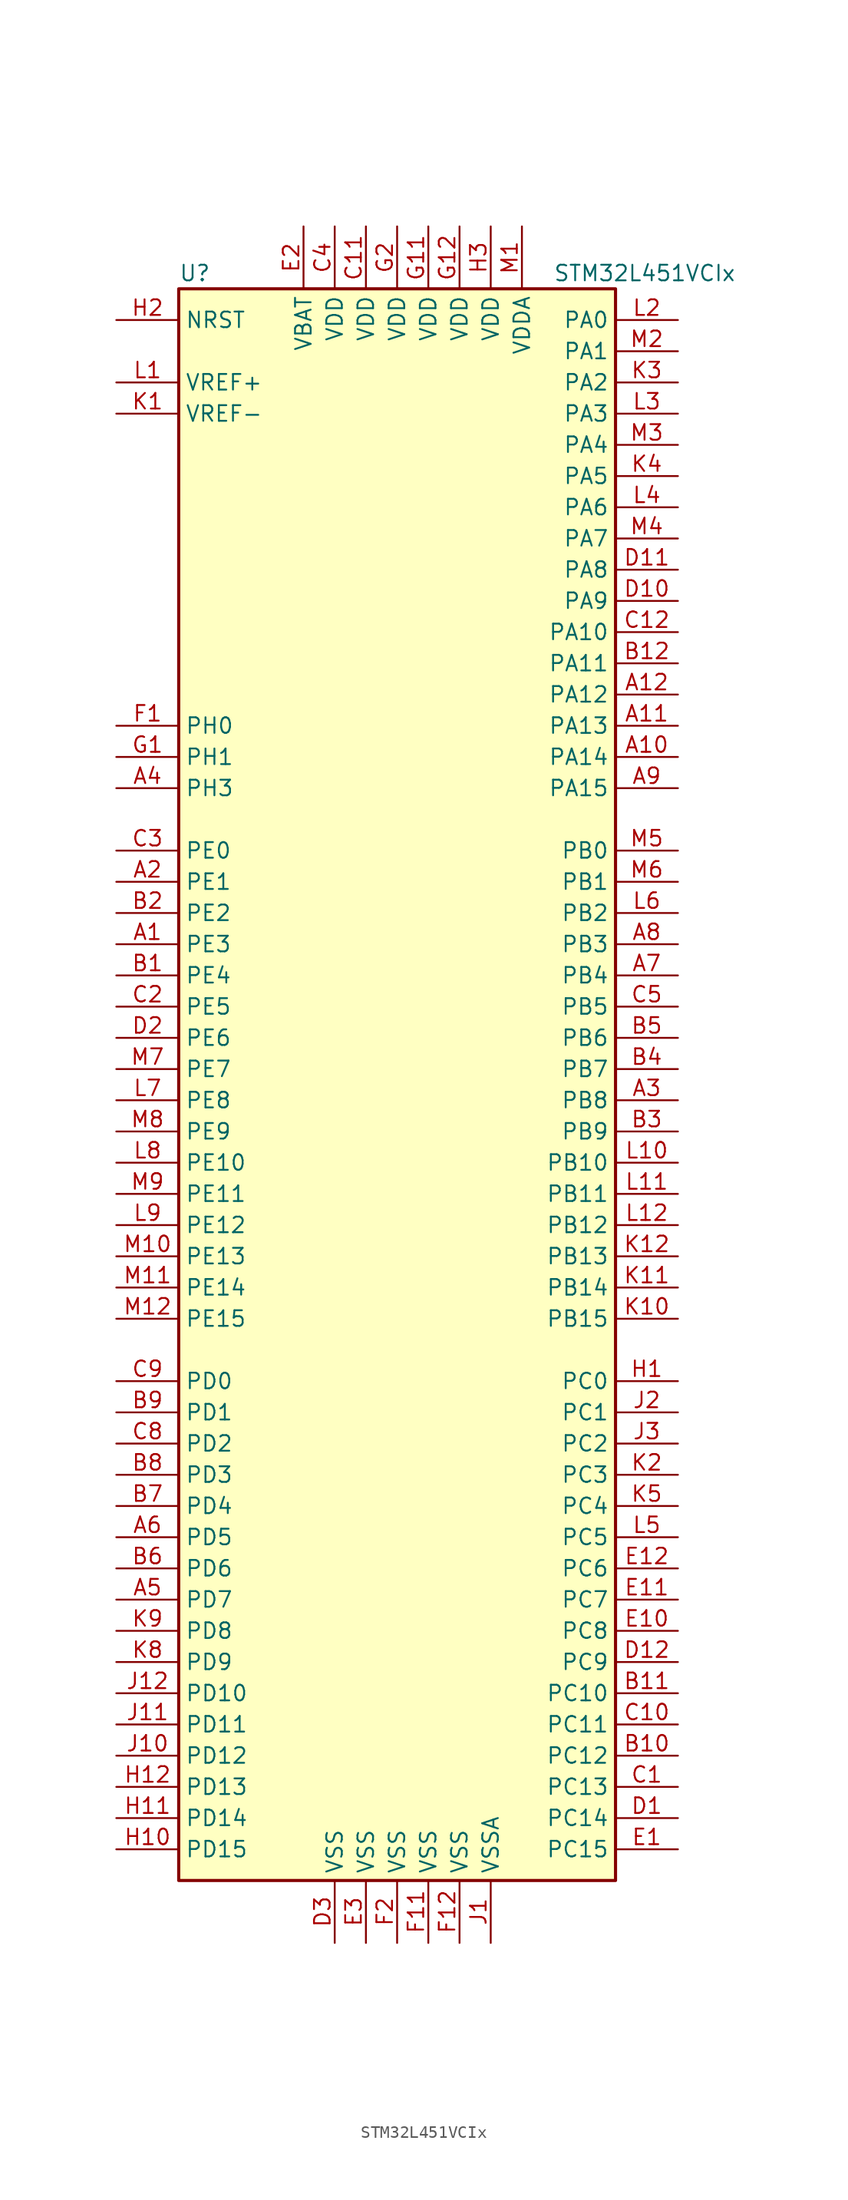
<source format=kicad_sym>
(kicad_symbol_lib
  (version 20211014)
  (generator kicad_symbol_editor)
  (symbol "STM32L451VCIx"
    (property "Reference" "U"
      (at -17.78 64.77 0)
      (effects (font (size 1.27 1.27)) (justify left)))
    (property "Value" "STM32L451VCIx"
      (at 12.7 64.77 0)
      (effects (font (size 1.27 1.27)) (justify left)))
    (symbol "STM32L451VCIx_0_1"
      (rectangle (start -17.78 -66.04) (end 17.78 63.5) (stroke (width 0.254) (type default) (color 0 0 0 0)) (fill (type background))))
    (symbol "STM32L451VCIx_1_1"
      (pin bidirectional line (at -22.86 10.16 0) (length 5.08) (name "PE3" (effects (font (size 1.27 1.27)))) (number "A1" (effects (font (size 1.27 1.27)))))
      (pin bidirectional line (at 22.86 25.4 180) (length 5.08) (name "PA14" (effects (font (size 1.27 1.27)))) (number "A10" (effects (font (size 1.27 1.27)))))
      (pin bidirectional line (at 22.86 27.94 180) (length 5.08) (name "PA13" (effects (font (size 1.27 1.27)))) (number "A11" (effects (font (size 1.27 1.27)))))
      (pin bidirectional line (at 22.86 30.48 180) (length 5.08) (name "PA12" (effects (font (size 1.27 1.27)))) (number "A12" (effects (font (size 1.27 1.27)))))
      (pin bidirectional line (at -22.86 15.24 0) (length 5.08) (name "PE1" (effects (font (size 1.27 1.27)))) (number "A2" (effects (font (size 1.27 1.27)))))
      (pin bidirectional line (at 22.86 -2.54 180) (length 5.08) (name "PB8" (effects (font (size 1.27 1.27)))) (number "A3" (effects (font (size 1.27 1.27)))))
      (pin bidirectional line (at -22.86 22.86 0) (length 5.08) (name "PH3" (effects (font (size 1.27 1.27)))) (number "A4" (effects (font (size 1.27 1.27)))))
      (pin bidirectional line (at -22.86 -43.18 0) (length 5.08) (name "PD7" (effects (font (size 1.27 1.27)))) (number "A5" (effects (font (size 1.27 1.27)))))
      (pin bidirectional line (at -22.86 -38.1 0) (length 5.08) (name "PD5" (effects (font (size 1.27 1.27)))) (number "A6" (effects (font (size 1.27 1.27)))))
      (pin bidirectional line (at 22.86 7.62 180) (length 5.08) (name "PB4" (effects (font (size 1.27 1.27)))) (number "A7" (effects (font (size 1.27 1.27)))))
      (pin bidirectional line (at 22.86 10.16 180) (length 5.08) (name "PB3" (effects (font (size 1.27 1.27)))) (number "A8" (effects (font (size 1.27 1.27)))))
      (pin bidirectional line (at 22.86 22.86 180) (length 5.08) (name "PA15" (effects (font (size 1.27 1.27)))) (number "A9" (effects (font (size 1.27 1.27)))))
      (pin bidirectional line (at -22.86 7.62 0) (length 5.08) (name "PE4" (effects (font (size 1.27 1.27)))) (number "B1" (effects (font (size 1.27 1.27)))))
      (pin bidirectional line (at 22.86 -55.88 180) (length 5.08) (name "PC12" (effects (font (size 1.27 1.27)))) (number "B10" (effects (font (size 1.27 1.27)))))
      (pin bidirectional line (at 22.86 -50.8 180) (length 5.08) (name "PC10" (effects (font (size 1.27 1.27)))) (number "B11" (effects (font (size 1.27 1.27)))))
      (pin bidirectional line (at 22.86 33.02 180) (length 5.08) (name "PA11" (effects (font (size 1.27 1.27)))) (number "B12" (effects (font (size 1.27 1.27)))))
      (pin bidirectional line (at -22.86 12.7 0) (length 5.08) (name "PE2" (effects (font (size 1.27 1.27)))) (number "B2" (effects (font (size 1.27 1.27)))))
      (pin bidirectional line (at 22.86 -5.08 180) (length 5.08) (name "PB9" (effects (font (size 1.27 1.27)))) (number "B3" (effects (font (size 1.27 1.27)))))
      (pin bidirectional line (at 22.86 0 180) (length 5.08) (name "PB7" (effects (font (size 1.27 1.27)))) (number "B4" (effects (font (size 1.27 1.27)))))
      (pin bidirectional line (at 22.86 2.54 180) (length 5.08) (name "PB6" (effects (font (size 1.27 1.27)))) (number "B5" (effects (font (size 1.27 1.27)))))
      (pin bidirectional line (at -22.86 -40.64 0) (length 5.08) (name "PD6" (effects (font (size 1.27 1.27)))) (number "B6" (effects (font (size 1.27 1.27)))))
      (pin bidirectional line (at -22.86 -35.56 0) (length 5.08) (name "PD4" (effects (font (size 1.27 1.27)))) (number "B7" (effects (font (size 1.27 1.27)))))
      (pin bidirectional line (at -22.86 -33.02 0) (length 5.08) (name "PD3" (effects (font (size 1.27 1.27)))) (number "B8" (effects (font (size 1.27 1.27)))))
      (pin bidirectional line (at -22.86 -27.94 0) (length 5.08) (name "PD1" (effects (font (size 1.27 1.27)))) (number "B9" (effects (font (size 1.27 1.27)))))
      (pin bidirectional line (at 22.86 -58.42 180) (length 5.08) (name "PC13" (effects (font (size 1.27 1.27)))) (number "C1" (effects (font (size 1.27 1.27)))))
      (pin bidirectional line (at 22.86 -53.34 180) (length 5.08) (name "PC11" (effects (font (size 1.27 1.27)))) (number "C10" (effects (font (size 1.27 1.27)))))
      (pin power_in line (at -2.54 68.58 270) (length 5.08) (name "VDD" (effects (font (size 1.27 1.27)))) (number "C11" (effects (font (size 1.27 1.27)))))
      (pin bidirectional line (at 22.86 35.56 180) (length 5.08) (name "PA10" (effects (font (size 1.27 1.27)))) (number "C12" (effects (font (size 1.27 1.27)))))
      (pin bidirectional line (at -22.86 5.08 0) (length 5.08) (name "PE5" (effects (font (size 1.27 1.27)))) (number "C2" (effects (font (size 1.27 1.27)))))
      (pin bidirectional line (at -22.86 17.78 0) (length 5.08) (name "PE0" (effects (font (size 1.27 1.27)))) (number "C3" (effects (font (size 1.27 1.27)))))
      (pin power_in line (at -5.08 68.58 270) (length 5.08) (name "VDD" (effects (font (size 1.27 1.27)))) (number "C4" (effects (font (size 1.27 1.27)))))
      (pin bidirectional line (at 22.86 5.08 180) (length 5.08) (name "PB5" (effects (font (size 1.27 1.27)))) (number "C5" (effects (font (size 1.27 1.27)))))
      (pin bidirectional line (at -22.86 -30.48 0) (length 5.08) (name "PD2" (effects (font (size 1.27 1.27)))) (number "C8" (effects (font (size 1.27 1.27)))))
      (pin bidirectional line (at -22.86 -25.4 0) (length 5.08) (name "PD0" (effects (font (size 1.27 1.27)))) (number "C9" (effects (font (size 1.27 1.27)))))
      (pin bidirectional line (at 22.86 -60.96 180) (length 5.08) (name "PC14" (effects (font (size 1.27 1.27)))) (number "D1" (effects (font (size 1.27 1.27)))))
      (pin bidirectional line (at 22.86 38.1 180) (length 5.08) (name "PA9" (effects (font (size 1.27 1.27)))) (number "D10" (effects (font (size 1.27 1.27)))))
      (pin bidirectional line (at 22.86 40.64 180) (length 5.08) (name "PA8" (effects (font (size 1.27 1.27)))) (number "D11" (effects (font (size 1.27 1.27)))))
      (pin bidirectional line (at 22.86 -48.26 180) (length 5.08) (name "PC9" (effects (font (size 1.27 1.27)))) (number "D12" (effects (font (size 1.27 1.27)))))
      (pin bidirectional line (at -22.86 2.54 0) (length 5.08) (name "PE6" (effects (font (size 1.27 1.27)))) (number "D2" (effects (font (size 1.27 1.27)))))
      (pin power_in line (at -5.08 -71.12 90) (length 5.08) (name "VSS" (effects (font (size 1.27 1.27)))) (number "D3" (effects (font (size 1.27 1.27)))))
      (pin bidirectional line (at 22.86 -63.5 180) (length 5.08) (name "PC15" (effects (font (size 1.27 1.27)))) (number "E1" (effects (font (size 1.27 1.27)))))
      (pin bidirectional line (at 22.86 -45.72 180) (length 5.08) (name "PC8" (effects (font (size 1.27 1.27)))) (number "E10" (effects (font (size 1.27 1.27)))))
      (pin bidirectional line (at 22.86 -43.18 180) (length 5.08) (name "PC7" (effects (font (size 1.27 1.27)))) (number "E11" (effects (font (size 1.27 1.27)))))
      (pin bidirectional line (at 22.86 -40.64 180) (length 5.08) (name "PC6" (effects (font (size 1.27 1.27)))) (number "E12" (effects (font (size 1.27 1.27)))))
      (pin power_in line (at -7.62 68.58 270) (length 5.08) (name "VBAT" (effects (font (size 1.27 1.27)))) (number "E2" (effects (font (size 1.27 1.27)))))
      (pin power_in line (at -2.54 -71.12 90) (length 5.08) (name "VSS" (effects (font (size 1.27 1.27)))) (number "E3" (effects (font (size 1.27 1.27)))))
      (pin input line (at -22.86 27.94 0) (length 5.08) (name "PH0" (effects (font (size 1.27 1.27)))) (number "F1" (effects (font (size 1.27 1.27)))))
      (pin power_in line (at 2.54 -71.12 90) (length 5.08) (name "VSS" (effects (font (size 1.27 1.27)))) (number "F11" (effects (font (size 1.27 1.27)))))
      (pin power_in line (at 5.08 -71.12 90) (length 5.08) (name "VSS" (effects (font (size 1.27 1.27)))) (number "F12" (effects (font (size 1.27 1.27)))))
      (pin power_in line (at 0 -71.12 90) (length 5.08) (name "VSS" (effects (font (size 1.27 1.27)))) (number "F2" (effects (font (size 1.27 1.27)))))
      (pin input line (at -22.86 25.4 0) (length 5.08) (name "PH1" (effects (font (size 1.27 1.27)))) (number "G1" (effects (font (size 1.27 1.27)))))
      (pin power_in line (at 2.54 68.58 270) (length 5.08) (name "VDD" (effects (font (size 1.27 1.27)))) (number "G11" (effects (font (size 1.27 1.27)))))
      (pin power_in line (at 5.08 68.58 270) (length 5.08) (name "VDD" (effects (font (size 1.27 1.27)))) (number "G12" (effects (font (size 1.27 1.27)))))
      (pin power_in line (at 0 68.58 270) (length 5.08) (name "VDD" (effects (font (size 1.27 1.27)))) (number "G2" (effects (font (size 1.27 1.27)))))
      (pin bidirectional line (at 22.86 -25.4 180) (length 5.08) (name "PC0" (effects (font (size 1.27 1.27)))) (number "H1" (effects (font (size 1.27 1.27)))))
      (pin bidirectional line (at -22.86 -63.5 0) (length 5.08) (name "PD15" (effects (font (size 1.27 1.27)))) (number "H10" (effects (font (size 1.27 1.27)))))
      (pin bidirectional line (at -22.86 -60.96 0) (length 5.08) (name "PD14" (effects (font (size 1.27 1.27)))) (number "H11" (effects (font (size 1.27 1.27)))))
      (pin bidirectional line (at -22.86 -58.42 0) (length 5.08) (name "PD13" (effects (font (size 1.27 1.27)))) (number "H12" (effects (font (size 1.27 1.27)))))
      (pin input line (at -22.86 60.96 0) (length 5.08) (name "NRST" (effects (font (size 1.27 1.27)))) (number "H2" (effects (font (size 1.27 1.27)))))
      (pin power_in line (at 7.62 68.58 270) (length 5.08) (name "VDD" (effects (font (size 1.27 1.27)))) (number "H3" (effects (font (size 1.27 1.27)))))
      (pin power_in line (at 7.62 -71.12 90) (length 5.08) (name "VSSA" (effects (font (size 1.27 1.27)))) (number "J1" (effects (font (size 1.27 1.27)))))
      (pin bidirectional line (at -22.86 -55.88 0) (length 5.08) (name "PD12" (effects (font (size 1.27 1.27)))) (number "J10" (effects (font (size 1.27 1.27)))))
      (pin bidirectional line (at -22.86 -53.34 0) (length 5.08) (name "PD11" (effects (font (size 1.27 1.27)))) (number "J11" (effects (font (size 1.27 1.27)))))
      (pin bidirectional line (at -22.86 -50.8 0) (length 5.08) (name "PD10" (effects (font (size 1.27 1.27)))) (number "J12" (effects (font (size 1.27 1.27)))))
      (pin bidirectional line (at 22.86 -27.94 180) (length 5.08) (name "PC1" (effects (font (size 1.27 1.27)))) (number "J2" (effects (font (size 1.27 1.27)))))
      (pin bidirectional line (at 22.86 -30.48 180) (length 5.08) (name "PC2" (effects (font (size 1.27 1.27)))) (number "J3" (effects (font (size 1.27 1.27)))))
      (pin power_in line (at -22.86 53.34 0) (length 5.08) (name "VREF-" (effects (font (size 1.27 1.27)))) (number "K1" (effects (font (size 1.27 1.27)))))
      (pin bidirectional line (at 22.86 -20.32 180) (length 5.08) (name "PB15" (effects (font (size 1.27 1.27)))) (number "K10" (effects (font (size 1.27 1.27)))))
      (pin bidirectional line (at 22.86 -17.78 180) (length 5.08) (name "PB14" (effects (font (size 1.27 1.27)))) (number "K11" (effects (font (size 1.27 1.27)))))
      (pin bidirectional line (at 22.86 -15.24 180) (length 5.08) (name "PB13" (effects (font (size 1.27 1.27)))) (number "K12" (effects (font (size 1.27 1.27)))))
      (pin bidirectional line (at 22.86 -33.02 180) (length 5.08) (name "PC3" (effects (font (size 1.27 1.27)))) (number "K2" (effects (font (size 1.27 1.27)))))
      (pin bidirectional line (at 22.86 55.88 180) (length 5.08) (name "PA2" (effects (font (size 1.27 1.27)))) (number "K3" (effects (font (size 1.27 1.27)))))
      (pin bidirectional line (at 22.86 48.26 180) (length 5.08) (name "PA5" (effects (font (size 1.27 1.27)))) (number "K4" (effects (font (size 1.27 1.27)))))
      (pin bidirectional line (at 22.86 -35.56 180) (length 5.08) (name "PC4" (effects (font (size 1.27 1.27)))) (number "K5" (effects (font (size 1.27 1.27)))))
      (pin bidirectional line (at -22.86 -48.26 0) (length 5.08) (name "PD9" (effects (font (size 1.27 1.27)))) (number "K8" (effects (font (size 1.27 1.27)))))
      (pin bidirectional line (at -22.86 -45.72 0) (length 5.08) (name "PD8" (effects (font (size 1.27 1.27)))) (number "K9" (effects (font (size 1.27 1.27)))))
      (pin bidirectional line (at -22.86 55.88 0) (length 5.08) (name "VREF+" (effects (font (size 1.27 1.27)))) (number "L1" (effects (font (size 1.27 1.27)))))
      (pin bidirectional line (at 22.86 -7.62 180) (length 5.08) (name "PB10" (effects (font (size 1.27 1.27)))) (number "L10" (effects (font (size 1.27 1.27)))))
      (pin bidirectional line (at 22.86 -10.16 180) (length 5.08) (name "PB11" (effects (font (size 1.27 1.27)))) (number "L11" (effects (font (size 1.27 1.27)))))
      (pin bidirectional line (at 22.86 -12.7 180) (length 5.08) (name "PB12" (effects (font (size 1.27 1.27)))) (number "L12" (effects (font (size 1.27 1.27)))))
      (pin bidirectional line (at 22.86 60.96 180) (length 5.08) (name "PA0" (effects (font (size 1.27 1.27)))) (number "L2" (effects (font (size 1.27 1.27)))))
      (pin bidirectional line (at 22.86 53.34 180) (length 5.08) (name "PA3" (effects (font (size 1.27 1.27)))) (number "L3" (effects (font (size 1.27 1.27)))))
      (pin bidirectional line (at 22.86 45.72 180) (length 5.08) (name "PA6" (effects (font (size 1.27 1.27)))) (number "L4" (effects (font (size 1.27 1.27)))))
      (pin bidirectional line (at 22.86 -38.1 180) (length 5.08) (name "PC5" (effects (font (size 1.27 1.27)))) (number "L5" (effects (font (size 1.27 1.27)))))
      (pin bidirectional line (at 22.86 12.7 180) (length 5.08) (name "PB2" (effects (font (size 1.27 1.27)))) (number "L6" (effects (font (size 1.27 1.27)))))
      (pin bidirectional line (at -22.86 -2.54 0) (length 5.08) (name "PE8" (effects (font (size 1.27 1.27)))) (number "L7" (effects (font (size 1.27 1.27)))))
      (pin bidirectional line (at -22.86 -7.62 0) (length 5.08) (name "PE10" (effects (font (size 1.27 1.27)))) (number "L8" (effects (font (size 1.27 1.27)))))
      (pin bidirectional line (at -22.86 -12.7 0) (length 5.08) (name "PE12" (effects (font (size 1.27 1.27)))) (number "L9" (effects (font (size 1.27 1.27)))))
      (pin power_in line (at 10.16 68.58 270) (length 5.08) (name "VDDA" (effects (font (size 1.27 1.27)))) (number "M1" (effects (font (size 1.27 1.27)))))
      (pin bidirectional line (at -22.86 -15.24 0) (length 5.08) (name "PE13" (effects (font (size 1.27 1.27)))) (number "M10" (effects (font (size 1.27 1.27)))))
      (pin bidirectional line (at -22.86 -17.78 0) (length 5.08) (name "PE14" (effects (font (size 1.27 1.27)))) (number "M11" (effects (font (size 1.27 1.27)))))
      (pin bidirectional line (at -22.86 -20.32 0) (length 5.08) (name "PE15" (effects (font (size 1.27 1.27)))) (number "M12" (effects (font (size 1.27 1.27)))))
      (pin bidirectional line (at 22.86 58.42 180) (length 5.08) (name "PA1" (effects (font (size 1.27 1.27)))) (number "M2" (effects (font (size 1.27 1.27)))))
      (pin bidirectional line (at 22.86 50.8 180) (length 5.08) (name "PA4" (effects (font (size 1.27 1.27)))) (number "M3" (effects (font (size 1.27 1.27)))))
      (pin bidirectional line (at 22.86 43.18 180) (length 5.08) (name "PA7" (effects (font (size 1.27 1.27)))) (number "M4" (effects (font (size 1.27 1.27)))))
      (pin bidirectional line (at 22.86 17.78 180) (length 5.08) (name "PB0" (effects (font (size 1.27 1.27)))) (number "M5" (effects (font (size 1.27 1.27)))))
      (pin bidirectional line (at 22.86 15.24 180) (length 5.08) (name "PB1" (effects (font (size 1.27 1.27)))) (number "M6" (effects (font (size 1.27 1.27)))))
      (pin bidirectional line (at -22.86 0 0) (length 5.08) (name "PE7" (effects (font (size 1.27 1.27)))) (number "M7" (effects (font (size 1.27 1.27)))))
      (pin bidirectional line (at -22.86 -5.08 0) (length 5.08) (name "PE9" (effects (font (size 1.27 1.27)))) (number "M8" (effects (font (size 1.27 1.27)))))
      (pin bidirectional line (at -22.86 -10.16 0) (length 5.08) (name "PE11" (effects (font (size 1.27 1.27)))) (number "M9" (effects (font (size 1.27 1.27))))))))
</source>
